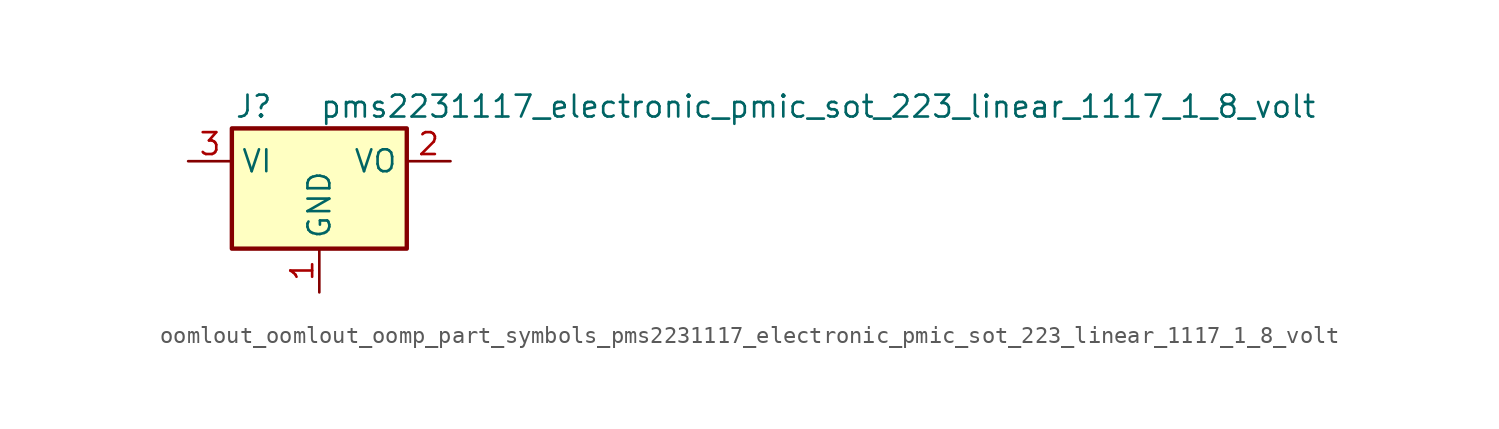
<source format=kicad_sym>
(kicad_symbol_lib
  (version 20220914)
  (generator kicad_symbol_editor)
  (symbol "oomlout_oomlout_oomp_part_symbols_pms2231117_electronic_pmic_sot_223_linear_1117_1_8_volt"
    (property "Reference" "J"
      (at -3.81 3.175 0)
      (effects (font (size 1.27 1.27))))
    (property "Value" "pms2231117_electronic_pmic_sot_223_linear_1117_1_8_volt"
      (at 0 3.175 0)
      (effects (font (size 1.27 1.27)) (justify left)))
    (symbol "oomlout_oomlout_oomp_part_symbols_pms2231117_electronic_pmic_sot_223_linear_1117_1_8_volt_0_1"
      (rectangle (start -5.08 -5.08) (end 5.08 1.905) (stroke (width 0.254) (type default)) (fill (type background))))
    (symbol "oomlout_oomlout_oomp_part_symbols_pms2231117_electronic_pmic_sot_223_linear_1117_1_8_volt_1_1"
      (pin power_in line (at 0 -7.62 90) (length 2.54) (name "GND" (effects (font (size 1.27 1.27)))) (number "1" (effects (font (size 1.27 1.27)))))
      (pin power_out line (at 7.62 0 180) (length 2.54) (name "VO" (effects (font (size 1.27 1.27)))) (number "2" (effects (font (size 1.27 1.27)))))
      (pin power_in line (at -7.62 0 0) (length 2.54) (name "VI" (effects (font (size 1.27 1.27)))) (number "3" (effects (font (size 1.27 1.27))))))))
</source>
